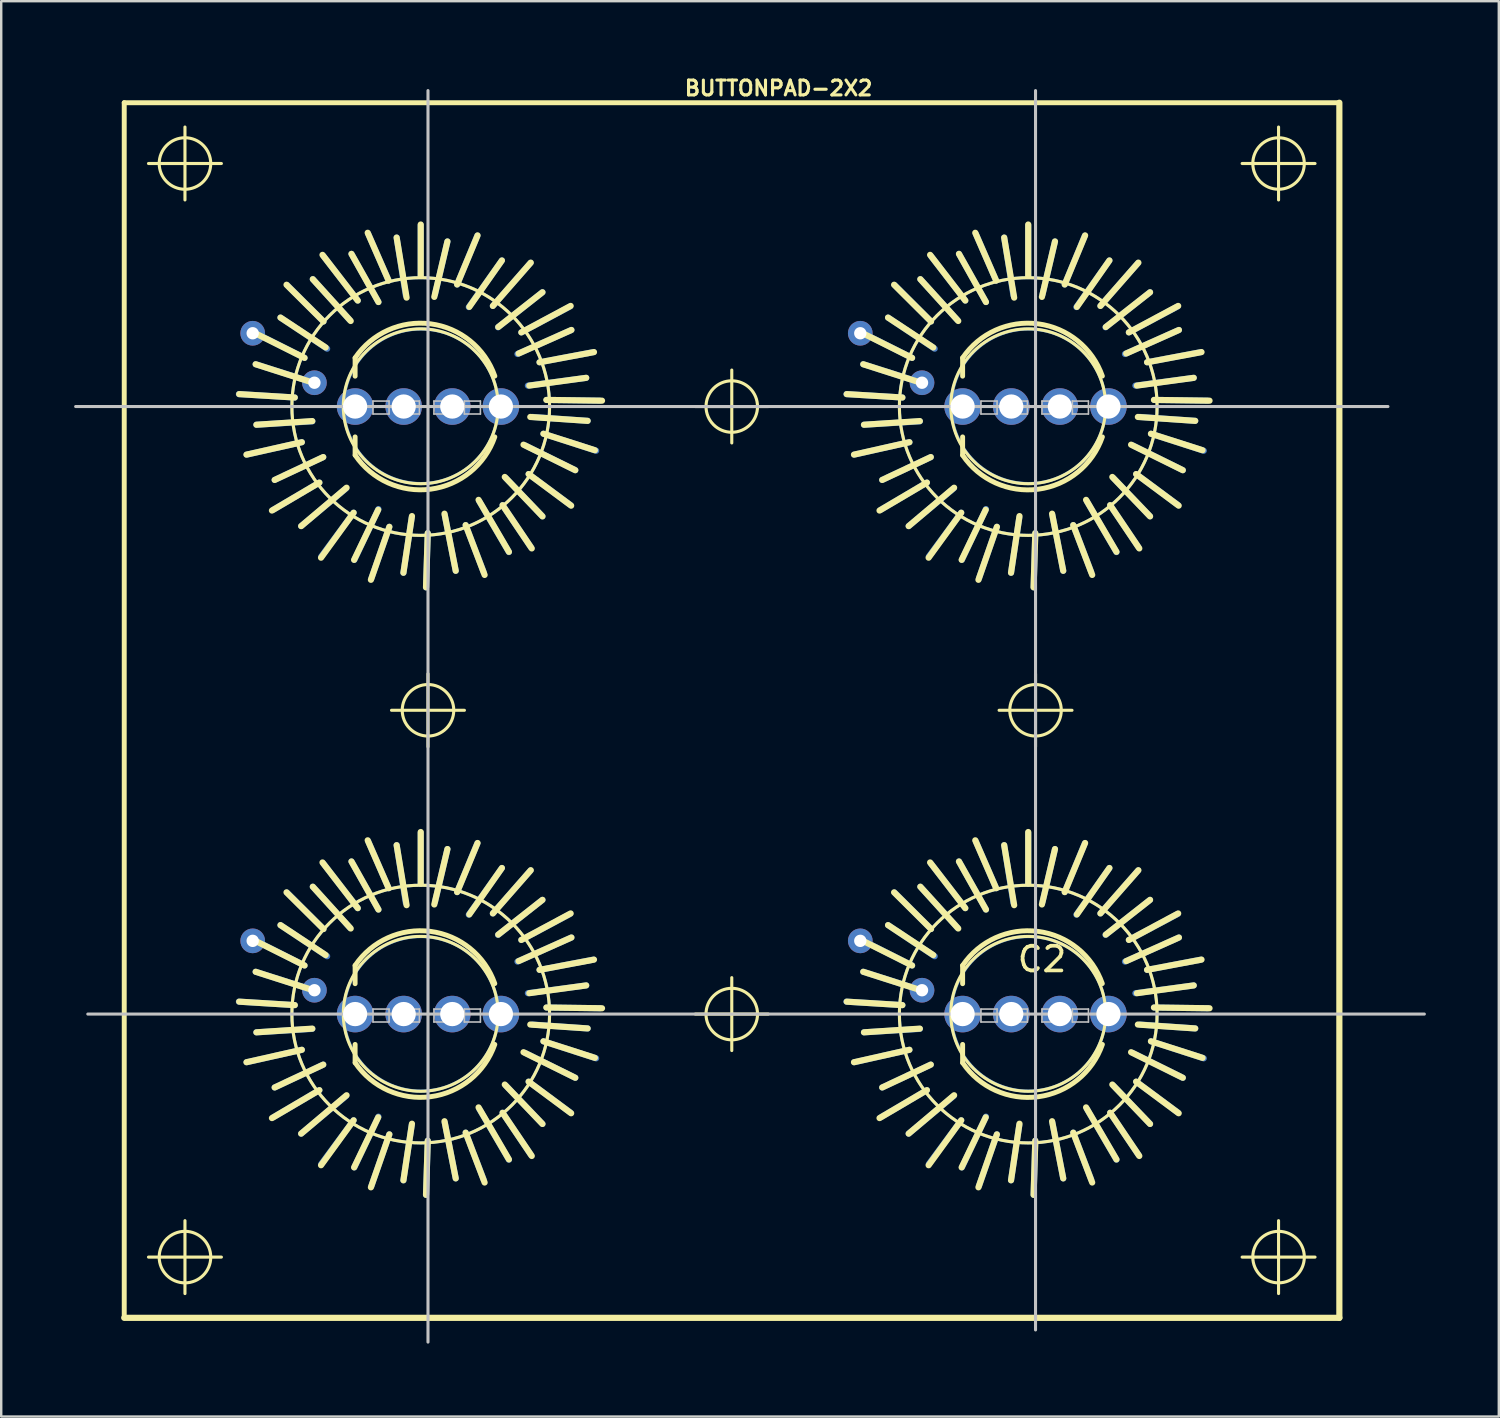
<source format=kicad_pcb>
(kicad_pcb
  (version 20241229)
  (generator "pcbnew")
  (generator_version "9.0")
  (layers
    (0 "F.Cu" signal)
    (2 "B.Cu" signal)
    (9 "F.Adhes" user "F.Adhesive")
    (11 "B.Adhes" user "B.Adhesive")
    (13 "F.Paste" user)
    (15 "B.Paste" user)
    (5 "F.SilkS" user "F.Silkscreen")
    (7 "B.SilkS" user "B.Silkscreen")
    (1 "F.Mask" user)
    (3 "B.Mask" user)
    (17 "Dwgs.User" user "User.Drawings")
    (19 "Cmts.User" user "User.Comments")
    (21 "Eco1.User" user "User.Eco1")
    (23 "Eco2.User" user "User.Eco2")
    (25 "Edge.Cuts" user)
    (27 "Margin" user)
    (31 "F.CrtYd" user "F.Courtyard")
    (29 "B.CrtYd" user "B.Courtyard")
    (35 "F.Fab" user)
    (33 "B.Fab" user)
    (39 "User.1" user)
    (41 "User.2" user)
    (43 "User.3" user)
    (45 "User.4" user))
  (footprint "BUTTONPAD-2X2"
    (layer "F.Cu")
    (at 2.062 51.176)
    (property "Reference" "BUTTONPAD-2X2" (at 26.924 -50.597 0) (layer "F.SilkS") (effects (font (size 0.61 0.61) (thickness 0.127))))
    (attr exclude_from_pos_files exclude_from_bom)
    (fp_line (start 4.719 -38.009) (end 7.018 -37.869) (stroke (width 0.254) (type solid)) (layer "B.Cu"))
    (fp_line (start 4.719 -13.01) (end 7.018 -12.868) (stroke (width 0.254) (type solid)) (layer "B.Cu"))
    (fp_line (start 5.039 -35.519) (end 7.308 -36.03) (stroke (width 0.254) (type solid)) (layer "B.Cu"))
    (fp_line (start 5.039 -10.518) (end 7.308 -11.029) (stroke (width 0.254) (type solid)) (layer "B.Cu"))
    (fp_line (start 5.359 -40.538) (end 7.419 -39.5) (stroke (width 0.254) (type solid)) (layer "B.Cu"))
    (fp_line (start 5.359 -15.54) (end 7.419 -14.498) (stroke (width 0.254) (type solid)) (layer "B.Cu"))
    (fp_line (start 6.129 -33.249) (end 8.029 -34.369) (stroke (width 0.254) (type solid)) (layer "B.Cu"))
    (fp_line (start 6.129 -8.25) (end 8.029 -9.368) (stroke (width 0.254) (type solid)) (layer "B.Cu"))
    (fp_line (start 6.698 -42.499) (end 8.199 -40.998) (stroke (width 0.254) (type solid)) (layer "B.Cu"))
    (fp_line (start 6.698 -17.498) (end 8.199 -15.999) (stroke (width 0.254) (type solid)) (layer "B.Cu"))
    (fp_line (start 7.739 -38.499) (end 5.408 -39.238) (stroke (width 0.254) (type solid)) (layer "B.Cu"))
    (fp_line (start 7.739 -36.888) (end 5.438 -36.749) (stroke (width 0.254) (type solid)) (layer "B.Cu"))
    (fp_line (start 7.739 -13.498) (end 5.408 -14.239) (stroke (width 0.254) (type solid)) (layer "B.Cu"))
    (fp_line (start 7.739 -11.89) (end 5.438 -11.748) (stroke (width 0.254) (type solid)) (layer "B.Cu"))
    (fp_line (start 8.108 -31.328) (end 9.439 -33.129) (stroke (width 0.254) (type solid)) (layer "B.Cu"))
    (fp_line (start 8.108 -6.33) (end 9.439 -8.128) (stroke (width 0.254) (type solid)) (layer "B.Cu"))
    (fp_line (start 8.189 -43.698) (end 9.609 -41.859) (stroke (width 0.254) (type solid)) (layer "B.Cu"))
    (fp_line (start 8.189 -35.418) (end 6.19 -34.478) (stroke (width 0.254) (type solid)) (layer "B.Cu"))
    (fp_line (start 8.189 -18.699) (end 9.609 -16.858) (stroke (width 0.254) (type solid)) (layer "B.Cu"))
    (fp_line (start 8.189 -10.419) (end 6.19 -9.479) (stroke (width 0.254) (type solid)) (layer "B.Cu"))
    (fp_line (start 8.349 -39.878) (end 6.429 -41.158) (stroke (width 0.254) (type solid)) (layer "B.Cu"))
    (fp_line (start 8.349 -14.879) (end 6.429 -16.159) (stroke (width 0.254) (type solid)) (layer "B.Cu"))
    (fp_line (start 9.129 -34.13) (end 7.28 -32.578) (stroke (width 0.254) (type solid)) (layer "B.Cu"))
    (fp_line (start 9.129 -9.129) (end 7.28 -7.579) (stroke (width 0.254) (type solid)) (layer "B.Cu"))
    (fp_line (start 9.289 -41.049) (end 7.76 -42.738) (stroke (width 0.254) (type solid)) (layer "B.Cu"))
    (fp_line (start 9.289 -16.048) (end 7.76 -17.739) (stroke (width 0.254) (type solid)) (layer "B.Cu"))
    (fp_line (start 10.038 -44.607) (end 10.879 -42.68) (stroke (width 0.254) (type solid)) (layer "B.Cu"))
    (fp_line (start 10.038 -19.609) (end 10.879 -17.678) (stroke (width 0.254) (type solid)) (layer "B.Cu"))
    (fp_line (start 10.168 -30.419) (end 10.909 -32.548) (stroke (width 0.254) (type solid)) (layer "B.Cu"))
    (fp_line (start 10.168 -5.418) (end 10.909 -7.549) (stroke (width 0.254) (type solid)) (layer "B.Cu"))
    (fp_line (start 10.46 -41.798) (end 9.35 -43.779) (stroke (width 0.254) (type solid)) (layer "B.Cu"))
    (fp_line (start 10.46 -33.279) (end 9.469 -31.189) (stroke (width 0.254) (type solid)) (layer "B.Cu"))
    (fp_line (start 10.46 -16.8) (end 9.35 -18.778) (stroke (width 0.254) (type solid)) (layer "B.Cu"))
    (fp_line (start 10.46 -8.278) (end 9.469 -6.19) (stroke (width 0.254) (type solid)) (layer "B.Cu"))
    (fp_line (start 11.587 -42.067) (end 11.209 -44.45) (stroke (width 0.254) (type solid)) (layer "B.Cu"))
    (fp_line (start 11.587 -17.069) (end 11.209 -19.449) (stroke (width 0.254) (type solid)) (layer "B.Cu"))
    (fp_line (start 11.829 -32.929) (end 11.488 -30.658) (stroke (width 0.254) (type solid)) (layer "B.Cu"))
    (fp_line (start 11.829 -7.93) (end 11.488 -5.659) (stroke (width 0.254) (type solid)) (layer "B.Cu"))
    (fp_line (start 12.2 -44.958) (end 12.2 -42.868) (stroke (width 0.254) (type solid)) (layer "B.Cu"))
    (fp_line (start 12.2 -19.959) (end 12.2 -17.869) (stroke (width 0.254) (type solid)) (layer "B.Cu"))
    (fp_line (start 12.418 -30.058) (end 12.489 -32.288) (stroke (width 0.254) (type solid)) (layer "B.Cu"))
    (fp_line (start 12.418 -5.06) (end 12.489 -7.29) (stroke (width 0.254) (type solid)) (layer "B.Cu"))
    (fp_line (start 12.789 -42.118) (end 13.299 -44.29) (stroke (width 0.254) (type solid)) (layer "B.Cu"))
    (fp_line (start 12.789 -17.12) (end 13.299 -19.289) (stroke (width 0.254) (type solid)) (layer "B.Cu"))
    (fp_line (start 13.188 -33.038) (end 13.64 -30.739) (stroke (width 0.254) (type solid)) (layer "B.Cu"))
    (fp_line (start 13.188 -8.039) (end 13.64 -5.738) (stroke (width 0.254) (type solid)) (layer "B.Cu"))
    (fp_line (start 14.178 -41.59) (end 15.54 -43.508) (stroke (width 0.254) (type solid)) (layer "B.Cu"))
    (fp_line (start 14.178 -16.589) (end 15.54 -18.509) (stroke (width 0.254) (type solid)) (layer "B.Cu"))
    (fp_line (start 14.529 -44.529) (end 13.698 -42.52) (stroke (width 0.254) (type solid)) (layer "B.Cu"))
    (fp_line (start 14.529 -19.528) (end 13.698 -17.518) (stroke (width 0.254) (type solid)) (layer "B.Cu"))
    (fp_line (start 14.608 -33.599) (end 15.829 -31.509) (stroke (width 0.254) (type solid)) (layer "B.Cu"))
    (fp_line (start 14.608 -8.598) (end 15.829 -6.507) (stroke (width 0.254) (type solid)) (layer "B.Cu"))
    (fp_line (start 14.788 -30.688) (end 14.049 -32.619) (stroke (width 0.254) (type solid)) (layer "B.Cu"))
    (fp_line (start 14.788 -5.69) (end 14.049 -7.62) (stroke (width 0.254) (type solid)) (layer "B.Cu"))
    (fp_line (start 15.38 -40.759) (end 17.209 -42.2) (stroke (width 0.254) (type solid)) (layer "B.Cu"))
    (fp_line (start 15.38 -15.758) (end 17.209 -17.198) (stroke (width 0.254) (type solid)) (layer "B.Cu"))
    (fp_line (start 15.7 -34.559) (end 17.209 -32.979) (stroke (width 0.254) (type solid)) (layer "B.Cu"))
    (fp_line (start 15.7 -9.558) (end 17.209 -7.978) (stroke (width 0.254) (type solid)) (layer "B.Cu"))
    (fp_line (start 16.18 -39.66) (end 18.4 -40.648) (stroke (width 0.254) (type solid)) (layer "B.Cu"))
    (fp_line (start 16.18 -14.658) (end 18.4 -15.649) (stroke (width 0.254) (type solid)) (layer "B.Cu"))
    (fp_line (start 16.5 -35.898) (end 18.56 -34.879) (stroke (width 0.254) (type solid)) (layer "B.Cu"))
    (fp_line (start 16.5 -10.899) (end 18.56 -9.878) (stroke (width 0.254) (type solid)) (layer "B.Cu"))
    (fp_line (start 16.609 -38.359) (end 19.009 -38.679) (stroke (width 0.254) (type solid)) (layer "B.Cu"))
    (fp_line (start 16.609 -13.358) (end 19.009 -13.678) (stroke (width 0.254) (type solid)) (layer "B.Cu"))
    (fp_line (start 16.718 -43.409) (end 15.169 -41.638) (stroke (width 0.254) (type solid)) (layer "B.Cu"))
    (fp_line (start 16.718 -18.41) (end 15.169 -16.64) (stroke (width 0.254) (type solid)) (layer "B.Cu"))
    (fp_line (start 16.739 -31.699) (end 15.568 -33.439) (stroke (width 0.254) (type solid)) (layer "B.Cu"))
    (fp_line (start 16.739 -6.698) (end 15.568 -8.438) (stroke (width 0.254) (type solid)) (layer "B.Cu"))
    (fp_line (start 16.8 -37.069) (end 19.068 -36.909) (stroke (width 0.254) (type solid)) (layer "B.Cu"))
    (fp_line (start 16.8 -12.068) (end 19.068 -11.908) (stroke (width 0.254) (type solid)) (layer "B.Cu"))
    (fp_line (start 18.349 -41.618) (end 16.34 -40.549) (stroke (width 0.254) (type solid)) (layer "B.Cu"))
    (fp_line (start 18.349 -16.619) (end 16.34 -15.55) (stroke (width 0.254) (type solid)) (layer "B.Cu"))
    (fp_line (start 18.369 -33.439) (end 16.64 -34.719) (stroke (width 0.254) (type solid)) (layer "B.Cu"))
    (fp_line (start 18.369 -8.438) (end 16.64 -9.718) (stroke (width 0.254) (type solid)) (layer "B.Cu"))
    (fp_line (start 19.309 -39.738) (end 17.089 -39.319) (stroke (width 0.254) (type solid)) (layer "B.Cu"))
    (fp_line (start 19.309 -14.74) (end 17.089 -14.318) (stroke (width 0.254) (type solid)) (layer "B.Cu"))
    (fp_line (start 19.418 -35.679) (end 17.249 -36.378) (stroke (width 0.254) (type solid)) (layer "B.Cu"))
    (fp_line (start 19.418 -10.678) (end 17.249 -11.379) (stroke (width 0.254) (type solid)) (layer "B.Cu"))
    (fp_line (start 19.578 -37.739) (end 17.379 -37.77) (stroke (width 0.254) (type solid)) (layer "B.Cu"))
    (fp_line (start 19.578 -12.738) (end 17.379 -12.769) (stroke (width 0.254) (type solid)) (layer "B.Cu"))
    (fp_line (start 29.718 -38.009) (end 32.019 -37.869) (stroke (width 0.254) (type solid)) (layer "B.Cu"))
    (fp_line (start 29.718 -13.01) (end 32.019 -12.868) (stroke (width 0.254) (type solid)) (layer "B.Cu"))
    (fp_line (start 30.038 -35.519) (end 32.309 -36.03) (stroke (width 0.254) (type solid)) (layer "B.Cu"))
    (fp_line (start 30.038 -10.518) (end 32.309 -11.029) (stroke (width 0.254) (type solid)) (layer "B.Cu"))
    (fp_line (start 30.358 -40.538) (end 32.418 -39.5) (stroke (width 0.254) (type solid)) (layer "B.Cu"))
    (fp_line (start 30.358 -15.54) (end 32.418 -14.498) (stroke (width 0.254) (type solid)) (layer "B.Cu"))
    (fp_line (start 31.128 -33.249) (end 33.028 -34.369) (stroke (width 0.254) (type solid)) (layer "B.Cu"))
    (fp_line (start 31.128 -8.25) (end 33.028 -9.368) (stroke (width 0.254) (type solid)) (layer "B.Cu"))
    (fp_line (start 31.699 -42.499) (end 33.198 -40.998) (stroke (width 0.254) (type solid)) (layer "B.Cu"))
    (fp_line (start 31.699 -17.498) (end 33.198 -15.999) (stroke (width 0.254) (type solid)) (layer "B.Cu"))
    (fp_line (start 32.738 -38.499) (end 30.409 -39.238) (stroke (width 0.254) (type solid)) (layer "B.Cu"))
    (fp_line (start 32.738 -36.888) (end 30.439 -36.749) (stroke (width 0.254) (type solid)) (layer "B.Cu"))
    (fp_line (start 32.738 -13.498) (end 30.409 -14.239) (stroke (width 0.254) (type solid)) (layer "B.Cu"))
    (fp_line (start 32.738 -11.89) (end 30.439 -11.748) (stroke (width 0.254) (type solid)) (layer "B.Cu"))
    (fp_line (start 33.109 -31.328) (end 34.44 -33.129) (stroke (width 0.254) (type solid)) (layer "B.Cu"))
    (fp_line (start 33.109 -6.33) (end 34.44 -8.128) (stroke (width 0.254) (type solid)) (layer "B.Cu"))
    (fp_line (start 33.188 -43.698) (end 34.608 -41.859) (stroke (width 0.254) (type solid)) (layer "B.Cu"))
    (fp_line (start 33.188 -35.418) (end 31.189 -34.478) (stroke (width 0.254) (type solid)) (layer "B.Cu"))
    (fp_line (start 33.188 -18.699) (end 34.608 -16.858) (stroke (width 0.254) (type solid)) (layer "B.Cu"))
    (fp_line (start 33.188 -10.419) (end 31.189 -9.479) (stroke (width 0.254) (type solid)) (layer "B.Cu"))
    (fp_line (start 33.348 -39.878) (end 31.43 -41.158) (stroke (width 0.254) (type solid)) (layer "B.Cu"))
    (fp_line (start 33.348 -14.879) (end 31.43 -16.159) (stroke (width 0.254) (type solid)) (layer "B.Cu"))
    (fp_line (start 34.13 -34.13) (end 32.278 -32.578) (stroke (width 0.254) (type solid)) (layer "B.Cu"))
    (fp_line (start 34.13 -9.129) (end 32.278 -7.579) (stroke (width 0.254) (type solid)) (layer "B.Cu"))
    (fp_line (start 34.29 -41.049) (end 32.758 -42.738) (stroke (width 0.254) (type solid)) (layer "B.Cu"))
    (fp_line (start 34.29 -16.048) (end 32.758 -17.739) (stroke (width 0.254) (type solid)) (layer "B.Cu"))
    (fp_line (start 35.039 -44.607) (end 35.877 -42.68) (stroke (width 0.254) (type solid)) (layer "B.Cu"))
    (fp_line (start 35.039 -19.609) (end 35.877 -17.678) (stroke (width 0.254) (type solid)) (layer "B.Cu"))
    (fp_line (start 35.169 -30.419) (end 35.908 -32.548) (stroke (width 0.254) (type solid)) (layer "B.Cu"))
    (fp_line (start 35.169 -5.418) (end 35.908 -7.549) (stroke (width 0.254) (type solid)) (layer "B.Cu"))
    (fp_line (start 35.458 -41.798) (end 34.348 -43.779) (stroke (width 0.254) (type solid)) (layer "B.Cu"))
    (fp_line (start 35.458 -33.279) (end 34.468 -31.189) (stroke (width 0.254) (type solid)) (layer "B.Cu"))
    (fp_line (start 35.458 -16.8) (end 34.348 -18.778) (stroke (width 0.254) (type solid)) (layer "B.Cu"))
    (fp_line (start 35.458 -8.278) (end 34.468 -6.19) (stroke (width 0.254) (type solid)) (layer "B.Cu"))
    (fp_line (start 36.589 -42.067) (end 36.208 -44.45) (stroke (width 0.254) (type solid)) (layer "B.Cu"))
    (fp_line (start 36.589 -17.069) (end 36.208 -19.449) (stroke (width 0.254) (type solid)) (layer "B.Cu"))
    (fp_line (start 36.83 -32.929) (end 36.49 -30.658) (stroke (width 0.254) (type solid)) (layer "B.Cu"))
    (fp_line (start 36.83 -7.93) (end 36.49 -5.659) (stroke (width 0.254) (type solid)) (layer "B.Cu"))
    (fp_line (start 37.198 -44.958) (end 37.198 -42.868) (stroke (width 0.254) (type solid)) (layer "B.Cu"))
    (fp_line (start 37.198 -19.959) (end 37.198 -17.869) (stroke (width 0.254) (type solid)) (layer "B.Cu"))
    (fp_line (start 37.419 -30.058) (end 37.488 -32.288) (stroke (width 0.254) (type solid)) (layer "B.Cu"))
    (fp_line (start 37.419 -5.06) (end 37.488 -7.29) (stroke (width 0.254) (type solid)) (layer "B.Cu"))
    (fp_line (start 37.788 -42.118) (end 38.298 -44.29) (stroke (width 0.254) (type solid)) (layer "B.Cu"))
    (fp_line (start 37.788 -17.12) (end 38.298 -19.289) (stroke (width 0.254) (type solid)) (layer "B.Cu"))
    (fp_line (start 38.189 -33.038) (end 38.638 -30.739) (stroke (width 0.254) (type solid)) (layer "B.Cu"))
    (fp_line (start 38.189 -8.039) (end 38.638 -5.738) (stroke (width 0.254) (type solid)) (layer "B.Cu"))
    (fp_line (start 39.179 -41.59) (end 40.538 -43.508) (stroke (width 0.254) (type solid)) (layer "B.Cu"))
    (fp_line (start 39.179 -16.589) (end 40.538 -18.509) (stroke (width 0.254) (type solid)) (layer "B.Cu"))
    (fp_line (start 39.527 -44.529) (end 38.699 -42.52) (stroke (width 0.254) (type solid)) (layer "B.Cu"))
    (fp_line (start 39.527 -19.528) (end 38.699 -17.518) (stroke (width 0.254) (type solid)) (layer "B.Cu"))
    (fp_line (start 39.609 -33.599) (end 40.828 -31.509) (stroke (width 0.254) (type solid)) (layer "B.Cu"))
    (fp_line (start 39.609 -8.598) (end 40.828 -6.507) (stroke (width 0.254) (type solid)) (layer "B.Cu"))
    (fp_line (start 39.789 -30.688) (end 39.05 -32.619) (stroke (width 0.254) (type solid)) (layer "B.Cu"))
    (fp_line (start 39.789 -5.69) (end 39.05 -7.62) (stroke (width 0.254) (type solid)) (layer "B.Cu"))
    (fp_line (start 40.378 -40.759) (end 42.21 -42.2) (stroke (width 0.254) (type solid)) (layer "B.Cu"))
    (fp_line (start 40.378 -15.758) (end 42.21 -17.198) (stroke (width 0.254) (type solid)) (layer "B.Cu"))
    (fp_line (start 40.698 -34.559) (end 42.21 -32.979) (stroke (width 0.254) (type solid)) (layer "B.Cu"))
    (fp_line (start 40.698 -9.558) (end 42.21 -7.978) (stroke (width 0.254) (type solid)) (layer "B.Cu"))
    (fp_line (start 41.178 -39.66) (end 43.398 -40.648) (stroke (width 0.254) (type solid)) (layer "B.Cu"))
    (fp_line (start 41.178 -14.658) (end 43.398 -15.649) (stroke (width 0.254) (type solid)) (layer "B.Cu"))
    (fp_line (start 41.499 -35.898) (end 43.558 -34.879) (stroke (width 0.254) (type solid)) (layer "B.Cu"))
    (fp_line (start 41.499 -10.899) (end 43.558 -9.878) (stroke (width 0.254) (type solid)) (layer "B.Cu"))
    (fp_line (start 41.608 -38.359) (end 44.008 -38.679) (stroke (width 0.254) (type solid)) (layer "B.Cu"))
    (fp_line (start 41.608 -13.358) (end 44.008 -13.678) (stroke (width 0.254) (type solid)) (layer "B.Cu"))
    (fp_line (start 41.719 -43.409) (end 40.168 -41.638) (stroke (width 0.254) (type solid)) (layer "B.Cu"))
    (fp_line (start 41.719 -18.41) (end 40.168 -16.64) (stroke (width 0.254) (type solid)) (layer "B.Cu"))
    (fp_line (start 41.74 -31.699) (end 40.569 -33.439) (stroke (width 0.254) (type solid)) (layer "B.Cu"))
    (fp_line (start 41.74 -6.698) (end 40.569 -8.438) (stroke (width 0.254) (type solid)) (layer "B.Cu"))
    (fp_line (start 41.798 -37.069) (end 44.069 -36.909) (stroke (width 0.254) (type solid)) (layer "B.Cu"))
    (fp_line (start 41.798 -12.068) (end 44.069 -11.908) (stroke (width 0.254) (type solid)) (layer "B.Cu"))
    (fp_line (start 43.348 -41.618) (end 41.339 -40.549) (stroke (width 0.254) (type solid)) (layer "B.Cu"))
    (fp_line (start 43.348 -16.619) (end 41.339 -15.55) (stroke (width 0.254) (type solid)) (layer "B.Cu"))
    (fp_line (start 43.368 -33.439) (end 41.638 -34.719) (stroke (width 0.254) (type solid)) (layer "B.Cu"))
    (fp_line (start 43.368 -8.438) (end 41.638 -9.718) (stroke (width 0.254) (type solid)) (layer "B.Cu"))
    (fp_line (start 44.308 -39.738) (end 42.088 -39.319) (stroke (width 0.254) (type solid)) (layer "B.Cu"))
    (fp_line (start 44.308 -14.74) (end 42.088 -14.318) (stroke (width 0.254) (type solid)) (layer "B.Cu"))
    (fp_line (start 44.42 -35.679) (end 42.248 -36.378) (stroke (width 0.254) (type solid)) (layer "B.Cu"))
    (fp_line (start 44.42 -10.678) (end 42.248 -11.379) (stroke (width 0.254) (type solid)) (layer "B.Cu"))
    (fp_line (start 44.58 -37.739) (end 42.38 -37.77) (stroke (width 0.254) (type solid)) (layer "B.Cu"))
    (fp_line (start 44.58 -12.738) (end 42.38 -12.769) (stroke (width 0.254) (type solid)) (layer "B.Cu"))
    (fp_circle (center 12.2 -37.498) (end 15.949 -41.247) (stroke (width 0.127) (type solid)) (fill no) (layer "B.Cu"))
    (fp_circle (center 12.2 -12.499) (end 15.949 -16.248) (stroke (width 0.127) (type solid)) (fill no) (layer "B.Cu"))
    (fp_circle (center 12.21 -37.508) (end 14.458 -39.756) (stroke (width 0.127) (type solid)) (fill no) (layer "B.Cu"))
    (fp_circle (center 12.21 -12.509) (end 14.458 -14.757) (stroke (width 0.127) (type solid)) (fill no) (layer "B.Cu"))
    (fp_circle (center 37.198 -37.498) (end 40.947 -41.247) (stroke (width 0.127) (type solid)) (fill no) (layer "B.Cu"))
    (fp_circle (center 37.198 -12.499) (end 40.947 -16.248) (stroke (width 0.127) (type solid)) (fill no) (layer "B.Cu"))
    (fp_circle (center 37.208 -37.508) (end 39.456 -39.756) (stroke (width 0.127) (type solid)) (fill no) (layer "B.Cu"))
    (fp_circle (center 37.208 -12.509) (end 39.456 -14.757) (stroke (width 0.127) (type solid)) (fill no) (layer "B.Cu"))
    (fp_line (start 0 -50) (end 50 -50) (stroke (width 0.203) (type solid)) (layer "F.SilkS"))
    (fp_line (start 0 0) (end 0 -50) (stroke (width 0.203) (type solid)) (layer "F.SilkS"))
    (fp_line (start 0.998 -47.498) (end 3.998 -47.498) (stroke (width 0.127) (type solid)) (layer "F.SilkS"))
    (fp_line (start 0.998 -2.499) (end 3.998 -2.499) (stroke (width 0.127) (type solid)) (layer "F.SilkS"))
    (fp_line (start 2.499 -45.999) (end 2.499 -48.999) (stroke (width 0.127) (type solid)) (layer "F.SilkS"))
    (fp_line (start 2.499 -0.998) (end 2.499 -3.998) (stroke (width 0.127) (type solid)) (layer "F.SilkS"))
    (fp_line (start 4.729 -38.009) (end 7.018 -37.869) (stroke (width 0.254) (type solid)) (layer "F.SilkS"))
    (fp_line (start 4.729 -13.01) (end 7.018 -12.868) (stroke (width 0.254) (type solid)) (layer "F.SilkS"))
    (fp_line (start 5.359 -40.528) (end 7.419 -39.5) (stroke (width 0.254) (type solid)) (layer "F.SilkS"))
    (fp_line (start 5.359 -15.53) (end 7.419 -14.498) (stroke (width 0.254) (type solid)) (layer "F.SilkS"))
    (fp_line (start 5.408 -39.238) (end 7.777 -38.478) (stroke (width 0.254) (type solid)) (layer "F.SilkS"))
    (fp_line (start 5.408 -14.239) (end 7.777 -13.48) (stroke (width 0.254) (type solid)) (layer "F.SilkS"))
    (fp_line (start 5.438 -36.749) (end 7.739 -36.899) (stroke (width 0.254) (type solid)) (layer "F.SilkS"))
    (fp_line (start 5.438 -11.748) (end 7.739 -11.9) (stroke (width 0.254) (type solid)) (layer "F.SilkS"))
    (fp_line (start 6.078 -33.218) (end 8.029 -34.369) (stroke (width 0.254) (type solid)) (layer "F.SilkS"))
    (fp_line (start 6.078 -8.219) (end 8.029 -9.368) (stroke (width 0.254) (type solid)) (layer "F.SilkS"))
    (fp_line (start 6.19 -34.478) (end 8.189 -35.418) (stroke (width 0.254) (type solid)) (layer "F.SilkS"))
    (fp_line (start 6.19 -9.479) (end 8.189 -10.419) (stroke (width 0.254) (type solid)) (layer "F.SilkS"))
    (fp_line (start 6.429 -41.158) (end 8.288 -39.929) (stroke (width 0.254) (type solid)) (layer "F.SilkS"))
    (fp_line (start 6.429 -16.159) (end 8.288 -14.928) (stroke (width 0.254) (type solid)) (layer "F.SilkS"))
    (fp_line (start 6.678 -42.509) (end 8.199 -40.998) (stroke (width 0.254) (type solid)) (layer "F.SilkS"))
    (fp_line (start 6.678 -17.508) (end 8.199 -15.999) (stroke (width 0.254) (type solid)) (layer "F.SilkS"))
    (fp_line (start 7.308 -36.03) (end 5.029 -35.519) (stroke (width 0.254) (type solid)) (layer "F.SilkS"))
    (fp_line (start 7.308 -11.029) (end 5.029 -10.518) (stroke (width 0.254) (type solid)) (layer "F.SilkS"))
    (fp_line (start 7.76 -42.738) (end 9.319 -41.018) (stroke (width 0.254) (type solid)) (layer "F.SilkS"))
    (fp_line (start 7.76 -17.739) (end 9.319 -16.02) (stroke (width 0.254) (type solid)) (layer "F.SilkS"))
    (fp_line (start 8.158 -43.739) (end 9.609 -41.859) (stroke (width 0.254) (type solid)) (layer "F.SilkS"))
    (fp_line (start 8.158 -18.738) (end 9.609 -16.858) (stroke (width 0.254) (type solid)) (layer "F.SilkS"))
    (fp_line (start 9.149 -34.158) (end 7.28 -32.578) (stroke (width 0.254) (type solid)) (layer "F.SilkS"))
    (fp_line (start 9.149 -9.159) (end 7.28 -7.579) (stroke (width 0.254) (type solid)) (layer "F.SilkS"))
    (fp_line (start 9.35 -43.779) (end 10.46 -41.798) (stroke (width 0.254) (type solid)) (layer "F.SilkS"))
    (fp_line (start 9.35 -18.778) (end 10.46 -16.8) (stroke (width 0.254) (type solid)) (layer "F.SilkS"))
    (fp_line (start 9.439 -33.129) (end 8.098 -31.278) (stroke (width 0.254) (type solid)) (layer "F.SilkS"))
    (fp_line (start 9.439 -8.128) (end 8.098 -6.279) (stroke (width 0.254) (type solid)) (layer "F.SilkS"))
    (fp_line (start 9.459 -31.189) (end 10.45 -33.249) (stroke (width 0.254) (type solid)) (layer "F.SilkS"))
    (fp_line (start 9.459 -6.19) (end 10.45 -8.25) (stroke (width 0.254) (type solid)) (layer "F.SilkS"))
    (fp_line (start 9.5 -39.5) (end 9.5 -38.748) (stroke (width 0.203) (type solid)) (layer "F.SilkS"))
    (fp_line (start 9.5 -35.499) (end 9.5 -36.248) (stroke (width 0.203) (type solid)) (layer "F.SilkS"))
    (fp_line (start 9.5 -14.498) (end 9.5 -13.749) (stroke (width 0.203) (type solid)) (layer "F.SilkS"))
    (fp_line (start 9.5 -10.498) (end 9.5 -11.25) (stroke (width 0.203) (type solid)) (layer "F.SilkS"))
    (fp_line (start 10.879 -42.68) (end 10.018 -44.648) (stroke (width 0.254) (type solid)) (layer "F.SilkS"))
    (fp_line (start 10.879 -17.678) (end 10.018 -19.649) (stroke (width 0.254) (type solid)) (layer "F.SilkS"))
    (fp_line (start 10.909 -32.548) (end 10.15 -30.368) (stroke (width 0.254) (type solid)) (layer "F.SilkS"))
    (fp_line (start 10.909 -7.549) (end 10.15 -5.37) (stroke (width 0.254) (type solid)) (layer "F.SilkS"))
    (fp_line (start 10.998 -24.999) (end 13.998 -24.999) (stroke (width 0.127) (type solid)) (layer "F.SilkS"))
    (fp_line (start 11.488 -30.658) (end 11.839 -32.99) (stroke (width 0.254) (type solid)) (layer "F.SilkS"))
    (fp_line (start 11.488 -5.659) (end 11.839 -7.988) (stroke (width 0.254) (type solid)) (layer "F.SilkS"))
    (fp_line (start 11.618 -41.979) (end 11.209 -44.45) (stroke (width 0.254) (type solid)) (layer "F.SilkS"))
    (fp_line (start 11.618 -16.98) (end 11.209 -19.449) (stroke (width 0.254) (type solid)) (layer "F.SilkS"))
    (fp_line (start 12.2 -42.868) (end 12.2 -44.988) (stroke (width 0.254) (type solid)) (layer "F.SilkS"))
    (fp_line (start 12.2 -17.869) (end 12.2 -19.99) (stroke (width 0.254) (type solid)) (layer "F.SilkS"))
    (fp_line (start 12.489 -32.288) (end 12.418 -30.058) (stroke (width 0.254) (type solid)) (layer "F.SilkS"))
    (fp_line (start 12.489 -7.29) (end 12.418 -5.06) (stroke (width 0.254) (type solid)) (layer "F.SilkS"))
    (fp_line (start 12.499 -23.498) (end 12.499 -26.5) (stroke (width 0.127) (type solid)) (layer "F.SilkS"))
    (fp_line (start 12.758 -42.009) (end 13.299 -44.29) (stroke (width 0.254) (type solid)) (layer "F.SilkS"))
    (fp_line (start 12.758 -17.008) (end 13.299 -19.289) (stroke (width 0.254) (type solid)) (layer "F.SilkS"))
    (fp_line (start 13.64 -30.739) (end 13.178 -33.089) (stroke (width 0.254) (type solid)) (layer "F.SilkS"))
    (fp_line (start 13.64 -5.738) (end 13.178 -8.09) (stroke (width 0.254) (type solid)) (layer "F.SilkS"))
    (fp_line (start 13.698 -42.52) (end 14.539 -44.539) (stroke (width 0.254) (type solid)) (layer "F.SilkS"))
    (fp_line (start 13.698 -17.518) (end 14.539 -19.538) (stroke (width 0.254) (type solid)) (layer "F.SilkS"))
    (fp_line (start 14.049 -32.619) (end 14.829 -30.569) (stroke (width 0.254) (type solid)) (layer "F.SilkS"))
    (fp_line (start 14.049 -7.62) (end 14.829 -5.568) (stroke (width 0.254) (type solid)) (layer "F.SilkS"))
    (fp_line (start 14.199 -41.598) (end 15.54 -43.508) (stroke (width 0.254) (type solid)) (layer "F.SilkS"))
    (fp_line (start 14.199 -16.599) (end 15.54 -18.509) (stroke (width 0.254) (type solid)) (layer "F.SilkS"))
    (fp_line (start 15.39 -40.77) (end 17.209 -42.2) (stroke (width 0.254) (type solid)) (layer "F.SilkS"))
    (fp_line (start 15.39 -15.768) (end 17.209 -17.198) (stroke (width 0.254) (type solid)) (layer "F.SilkS"))
    (fp_line (start 15.568 -33.439) (end 16.769 -31.659) (stroke (width 0.254) (type solid)) (layer "F.SilkS"))
    (fp_line (start 15.568 -8.438) (end 16.769 -6.66) (stroke (width 0.254) (type solid)) (layer "F.SilkS"))
    (fp_line (start 15.659 -34.6) (end 17.209 -32.979) (stroke (width 0.254) (type solid)) (layer "F.SilkS"))
    (fp_line (start 15.659 -9.599) (end 17.209 -7.978) (stroke (width 0.254) (type solid)) (layer "F.SilkS"))
    (fp_line (start 15.829 -31.519) (end 14.58 -33.658) (stroke (width 0.254) (type solid)) (layer "F.SilkS"))
    (fp_line (start 15.829 -6.518) (end 14.58 -8.659) (stroke (width 0.254) (type solid)) (layer "F.SilkS"))
    (fp_line (start 16.228 -39.68) (end 18.4 -40.648) (stroke (width 0.254) (type solid)) (layer "F.SilkS"))
    (fp_line (start 16.228 -14.679) (end 18.4 -15.649) (stroke (width 0.254) (type solid)) (layer "F.SilkS"))
    (fp_line (start 16.34 -40.549) (end 18.369 -41.638) (stroke (width 0.254) (type solid)) (layer "F.SilkS"))
    (fp_line (start 16.34 -15.55) (end 18.369 -16.64) (stroke (width 0.254) (type solid)) (layer "F.SilkS"))
    (fp_line (start 16.429 -35.928) (end 18.56 -34.879) (stroke (width 0.254) (type solid)) (layer "F.SilkS"))
    (fp_line (start 16.429 -10.93) (end 18.56 -9.878) (stroke (width 0.254) (type solid)) (layer "F.SilkS"))
    (fp_line (start 16.64 -34.719) (end 18.39 -33.419) (stroke (width 0.254) (type solid)) (layer "F.SilkS"))
    (fp_line (start 16.64 -9.718) (end 18.39 -8.418) (stroke (width 0.254) (type solid)) (layer "F.SilkS"))
    (fp_line (start 16.667 -38.359) (end 19.009 -38.679) (stroke (width 0.254) (type solid)) (layer "F.SilkS"))
    (fp_line (start 16.667 -13.358) (end 19.009 -13.678) (stroke (width 0.254) (type solid)) (layer "F.SilkS"))
    (fp_line (start 16.708 -37.069) (end 19.068 -36.909) (stroke (width 0.254) (type solid)) (layer "F.SilkS"))
    (fp_line (start 16.708 -12.068) (end 19.068 -11.908) (stroke (width 0.254) (type solid)) (layer "F.SilkS"))
    (fp_line (start 16.728 -43.419) (end 15.169 -41.638) (stroke (width 0.254) (type solid)) (layer "F.SilkS"))
    (fp_line (start 16.728 -18.418) (end 15.169 -16.64) (stroke (width 0.254) (type solid)) (layer "F.SilkS"))
    (fp_line (start 17.089 -39.319) (end 19.329 -39.738) (stroke (width 0.254) (type solid)) (layer "F.SilkS"))
    (fp_line (start 17.089 -14.318) (end 19.329 -14.74) (stroke (width 0.254) (type solid)) (layer "F.SilkS"))
    (fp_line (start 17.249 -36.378) (end 19.367 -35.7) (stroke (width 0.254) (type solid)) (layer "F.SilkS"))
    (fp_line (start 17.249 -11.379) (end 19.367 -10.698) (stroke (width 0.254) (type solid)) (layer "F.SilkS"))
    (fp_line (start 17.369 -37.77) (end 19.66 -37.739) (stroke (width 0.254) (type solid)) (layer "F.SilkS"))
    (fp_line (start 17.369 -12.769) (end 19.66 -12.738) (stroke (width 0.254) (type solid)) (layer "F.SilkS"))
    (fp_line (start 23.498 -37.498) (end 26.5 -37.498) (stroke (width 0.127) (type solid)) (layer "F.SilkS"))
    (fp_line (start 23.498 -12.499) (end 26.5 -12.499) (stroke (width 0.127) (type solid)) (layer "F.SilkS"))
    (fp_line (start 24.999 -35.999) (end 24.999 -38.999) (stroke (width 0.127) (type solid)) (layer "F.SilkS"))
    (fp_line (start 24.999 -10.998) (end 24.999 -13.998) (stroke (width 0.127) (type solid)) (layer "F.SilkS"))
    (fp_line (start 29.728 -38.009) (end 32.019 -37.869) (stroke (width 0.254) (type solid)) (layer "F.SilkS"))
    (fp_line (start 29.728 -13.01) (end 32.019 -12.868) (stroke (width 0.254) (type solid)) (layer "F.SilkS"))
    (fp_line (start 30.358 -40.528) (end 32.418 -39.5) (stroke (width 0.254) (type solid)) (layer "F.SilkS"))
    (fp_line (start 30.358 -15.53) (end 32.418 -14.498) (stroke (width 0.254) (type solid)) (layer "F.SilkS"))
    (fp_line (start 30.409 -39.238) (end 32.779 -38.478) (stroke (width 0.254) (type solid)) (layer "F.SilkS"))
    (fp_line (start 30.409 -14.239) (end 32.779 -13.48) (stroke (width 0.254) (type solid)) (layer "F.SilkS"))
    (fp_line (start 30.439 -36.749) (end 32.738 -36.899) (stroke (width 0.254) (type solid)) (layer "F.SilkS"))
    (fp_line (start 30.439 -11.748) (end 32.738 -11.9) (stroke (width 0.254) (type solid)) (layer "F.SilkS"))
    (fp_line (start 31.079 -33.218) (end 33.028 -34.369) (stroke (width 0.254) (type solid)) (layer "F.SilkS"))
    (fp_line (start 31.079 -8.219) (end 33.028 -9.368) (stroke (width 0.254) (type solid)) (layer "F.SilkS"))
    (fp_line (start 31.189 -34.478) (end 33.188 -35.418) (stroke (width 0.254) (type solid)) (layer "F.SilkS"))
    (fp_line (start 31.189 -9.479) (end 33.188 -10.419) (stroke (width 0.254) (type solid)) (layer "F.SilkS"))
    (fp_line (start 31.43 -41.158) (end 33.289 -39.929) (stroke (width 0.254) (type solid)) (layer "F.SilkS"))
    (fp_line (start 31.43 -16.159) (end 33.289 -14.928) (stroke (width 0.254) (type solid)) (layer "F.SilkS"))
    (fp_line (start 31.679 -42.509) (end 33.198 -40.998) (stroke (width 0.254) (type solid)) (layer "F.SilkS"))
    (fp_line (start 31.679 -17.508) (end 33.198 -15.999) (stroke (width 0.254) (type solid)) (layer "F.SilkS"))
    (fp_line (start 32.309 -36.03) (end 30.028 -35.519) (stroke (width 0.254) (type solid)) (layer "F.SilkS"))
    (fp_line (start 32.309 -11.029) (end 30.028 -10.518) (stroke (width 0.254) (type solid)) (layer "F.SilkS"))
    (fp_line (start 32.758 -42.738) (end 34.318 -41.018) (stroke (width 0.254) (type solid)) (layer "F.SilkS"))
    (fp_line (start 32.758 -17.739) (end 34.318 -16.02) (stroke (width 0.254) (type solid)) (layer "F.SilkS"))
    (fp_line (start 33.16 -43.739) (end 34.608 -41.859) (stroke (width 0.254) (type solid)) (layer "F.SilkS"))
    (fp_line (start 33.16 -18.738) (end 34.608 -16.858) (stroke (width 0.254) (type solid)) (layer "F.SilkS"))
    (fp_line (start 34.148 -34.158) (end 32.278 -32.578) (stroke (width 0.254) (type solid)) (layer "F.SilkS"))
    (fp_line (start 34.148 -9.159) (end 32.278 -7.579) (stroke (width 0.254) (type solid)) (layer "F.SilkS"))
    (fp_line (start 34.348 -43.779) (end 35.458 -41.798) (stroke (width 0.254) (type solid)) (layer "F.SilkS"))
    (fp_line (start 34.348 -18.778) (end 35.458 -16.8) (stroke (width 0.254) (type solid)) (layer "F.SilkS"))
    (fp_line (start 34.44 -33.129) (end 33.099 -31.278) (stroke (width 0.254) (type solid)) (layer "F.SilkS"))
    (fp_line (start 34.44 -8.128) (end 33.099 -6.279) (stroke (width 0.254) (type solid)) (layer "F.SilkS"))
    (fp_line (start 34.458 -31.189) (end 35.448 -33.249) (stroke (width 0.254) (type solid)) (layer "F.SilkS"))
    (fp_line (start 34.458 -6.19) (end 35.448 -8.25) (stroke (width 0.254) (type solid)) (layer "F.SilkS"))
    (fp_line (start 34.498 -39.5) (end 34.498 -38.748) (stroke (width 0.203) (type solid)) (layer "F.SilkS"))
    (fp_line (start 34.498 -35.499) (end 34.498 -36.248) (stroke (width 0.203) (type solid)) (layer "F.SilkS"))
    (fp_line (start 34.498 -14.498) (end 34.498 -13.749) (stroke (width 0.203) (type solid)) (layer "F.SilkS"))
    (fp_line (start 34.498 -10.498) (end 34.498 -11.25) (stroke (width 0.203) (type solid)) (layer "F.SilkS"))
    (fp_line (start 35.877 -42.68) (end 35.019 -44.648) (stroke (width 0.254) (type solid)) (layer "F.SilkS"))
    (fp_line (start 35.877 -17.678) (end 35.019 -19.649) (stroke (width 0.254) (type solid)) (layer "F.SilkS"))
    (fp_line (start 35.908 -32.548) (end 35.149 -30.368) (stroke (width 0.254) (type solid)) (layer "F.SilkS"))
    (fp_line (start 35.908 -7.549) (end 35.149 -5.37) (stroke (width 0.254) (type solid)) (layer "F.SilkS"))
    (fp_line (start 35.999 -24.999) (end 38.999 -24.999) (stroke (width 0.127) (type solid)) (layer "F.SilkS"))
    (fp_line (start 36.49 -30.658) (end 36.838 -32.99) (stroke (width 0.254) (type solid)) (layer "F.SilkS"))
    (fp_line (start 36.49 -5.659) (end 36.838 -7.988) (stroke (width 0.254) (type solid)) (layer "F.SilkS"))
    (fp_line (start 36.619 -41.979) (end 36.208 -44.45) (stroke (width 0.254) (type solid)) (layer "F.SilkS"))
    (fp_line (start 36.619 -16.98) (end 36.208 -19.449) (stroke (width 0.254) (type solid)) (layer "F.SilkS"))
    (fp_line (start 37.198 -42.868) (end 37.198 -44.988) (stroke (width 0.254) (type solid)) (layer "F.SilkS"))
    (fp_line (start 37.198 -17.869) (end 37.198 -19.99) (stroke (width 0.254) (type solid)) (layer "F.SilkS"))
    (fp_line (start 37.488 -32.288) (end 37.419 -30.058) (stroke (width 0.254) (type solid)) (layer "F.SilkS"))
    (fp_line (start 37.488 -7.29) (end 37.419 -5.06) (stroke (width 0.254) (type solid)) (layer "F.SilkS"))
    (fp_line (start 37.498 -23.498) (end 37.498 -26.5) (stroke (width 0.127) (type solid)) (layer "F.SilkS"))
    (fp_line (start 37.76 -42.009) (end 38.298 -44.29) (stroke (width 0.254) (type solid)) (layer "F.SilkS"))
    (fp_line (start 37.76 -17.008) (end 38.298 -19.289) (stroke (width 0.254) (type solid)) (layer "F.SilkS"))
    (fp_line (start 38.638 -30.739) (end 38.179 -33.089) (stroke (width 0.254) (type solid)) (layer "F.SilkS"))
    (fp_line (start 38.638 -5.738) (end 38.179 -8.09) (stroke (width 0.254) (type solid)) (layer "F.SilkS"))
    (fp_line (start 38.699 -42.52) (end 39.538 -44.539) (stroke (width 0.254) (type solid)) (layer "F.SilkS"))
    (fp_line (start 38.699 -17.518) (end 39.538 -19.538) (stroke (width 0.254) (type solid)) (layer "F.SilkS"))
    (fp_line (start 39.05 -32.619) (end 39.83 -30.569) (stroke (width 0.254) (type solid)) (layer "F.SilkS"))
    (fp_line (start 39.05 -7.62) (end 39.83 -5.568) (stroke (width 0.254) (type solid)) (layer "F.SilkS"))
    (fp_line (start 39.2 -41.598) (end 40.538 -43.508) (stroke (width 0.254) (type solid)) (layer "F.SilkS"))
    (fp_line (start 39.2 -16.599) (end 40.538 -18.509) (stroke (width 0.254) (type solid)) (layer "F.SilkS"))
    (fp_line (start 40.389 -40.77) (end 42.21 -42.2) (stroke (width 0.254) (type solid)) (layer "F.SilkS"))
    (fp_line (start 40.389 -15.768) (end 42.21 -17.198) (stroke (width 0.254) (type solid)) (layer "F.SilkS"))
    (fp_line (start 40.569 -33.439) (end 41.768 -31.659) (stroke (width 0.254) (type solid)) (layer "F.SilkS"))
    (fp_line (start 40.569 -8.438) (end 41.768 -6.66) (stroke (width 0.254) (type solid)) (layer "F.SilkS"))
    (fp_line (start 40.658 -34.6) (end 42.21 -32.979) (stroke (width 0.254) (type solid)) (layer "F.SilkS"))
    (fp_line (start 40.658 -9.599) (end 42.21 -7.978) (stroke (width 0.254) (type solid)) (layer "F.SilkS"))
    (fp_line (start 40.828 -31.519) (end 39.578 -33.658) (stroke (width 0.254) (type solid)) (layer "F.SilkS"))
    (fp_line (start 40.828 -6.518) (end 39.578 -8.659) (stroke (width 0.254) (type solid)) (layer "F.SilkS"))
    (fp_line (start 41.229 -39.68) (end 43.398 -40.648) (stroke (width 0.254) (type solid)) (layer "F.SilkS"))
    (fp_line (start 41.229 -14.679) (end 43.398 -15.649) (stroke (width 0.254) (type solid)) (layer "F.SilkS"))
    (fp_line (start 41.339 -40.549) (end 43.368 -41.638) (stroke (width 0.254) (type solid)) (layer "F.SilkS"))
    (fp_line (start 41.339 -15.55) (end 43.368 -16.64) (stroke (width 0.254) (type solid)) (layer "F.SilkS"))
    (fp_line (start 41.43 -35.928) (end 43.558 -34.879) (stroke (width 0.254) (type solid)) (layer "F.SilkS"))
    (fp_line (start 41.43 -10.93) (end 43.558 -9.878) (stroke (width 0.254) (type solid)) (layer "F.SilkS"))
    (fp_line (start 41.638 -34.719) (end 43.388 -33.419) (stroke (width 0.254) (type solid)) (layer "F.SilkS"))
    (fp_line (start 41.638 -9.718) (end 43.388 -8.418) (stroke (width 0.254) (type solid)) (layer "F.SilkS"))
    (fp_line (start 41.669 -38.359) (end 44.008 -38.679) (stroke (width 0.254) (type solid)) (layer "F.SilkS"))
    (fp_line (start 41.669 -13.358) (end 44.008 -13.678) (stroke (width 0.254) (type solid)) (layer "F.SilkS"))
    (fp_line (start 41.709 -37.069) (end 44.069 -36.909) (stroke (width 0.254) (type solid)) (layer "F.SilkS"))
    (fp_line (start 41.709 -12.068) (end 44.069 -11.908) (stroke (width 0.254) (type solid)) (layer "F.SilkS"))
    (fp_line (start 41.73 -43.419) (end 40.168 -41.638) (stroke (width 0.254) (type solid)) (layer "F.SilkS"))
    (fp_line (start 41.73 -18.418) (end 40.168 -16.64) (stroke (width 0.254) (type solid)) (layer "F.SilkS"))
    (fp_line (start 42.088 -39.319) (end 44.328 -39.738) (stroke (width 0.254) (type solid)) (layer "F.SilkS"))
    (fp_line (start 42.088 -14.318) (end 44.328 -14.74) (stroke (width 0.254) (type solid)) (layer "F.SilkS"))
    (fp_line (start 42.248 -36.378) (end 44.369 -35.7) (stroke (width 0.254) (type solid)) (layer "F.SilkS"))
    (fp_line (start 42.248 -11.379) (end 44.369 -10.698) (stroke (width 0.254) (type solid)) (layer "F.SilkS"))
    (fp_line (start 42.37 -37.77) (end 44.658 -37.739) (stroke (width 0.254) (type solid)) (layer "F.SilkS"))
    (fp_line (start 42.37 -12.769) (end 44.658 -12.738) (stroke (width 0.254) (type solid)) (layer "F.SilkS"))
    (fp_line (start 45.999 -47.498) (end 48.999 -47.498) (stroke (width 0.127) (type solid)) (layer "F.SilkS"))
    (fp_line (start 45.999 -2.499) (end 48.999 -2.499) (stroke (width 0.127) (type solid)) (layer "F.SilkS"))
    (fp_line (start 47.498 -45.999) (end 47.498 -48.999) (stroke (width 0.127) (type solid)) (layer "F.SilkS"))
    (fp_line (start 47.498 -0.998) (end 47.498 -3.998) (stroke (width 0.127) (type solid)) (layer "F.SilkS"))
    (fp_line (start 50 -50) (end 50 0) (stroke (width 0.254) (type solid)) (layer "F.SilkS"))
    (fp_line (start 50 0) (end 0 0) (stroke (width 0.254) (type solid)) (layer "F.SilkS"))
    (fp_arc (start 9.4996 -39.49954) (mid 12.60525 -40.900897) (end 15.248862 -38.751436) (stroke (width 0.2032) (type solid)) (layer "F.SilkS"))
    (fp_arc (start 9.4996 -14.49832) (mid 12.602979 -15.901079) (end 15.246829 -13.754278) (stroke (width 0.2032) (type solid)) (layer "F.SilkS"))
    (fp_arc (start 15.24762 -36.24834) (mid 12.608035 -34.097927) (end 9.503336 -35.495257) (stroke (width 0.2032) (type solid)) (layer "F.SilkS"))
    (fp_arc (start 15.24762 -11.24966) (mid 12.608035 -9.099247) (end 9.503336 -10.496577) (stroke (width 0.2032) (type solid)) (layer "F.SilkS"))
    (fp_arc (start 34.49828 -39.49954) (mid 37.60393 -40.900897) (end 40.247542 -38.751436) (stroke (width 0.2032) (type solid)) (layer "F.SilkS"))
    (fp_arc (start 34.49828 -14.49832) (mid 37.601659 -15.901079) (end 40.245509 -13.754278) (stroke (width 0.2032) (type solid)) (layer "F.SilkS"))
    (fp_arc (start 40.24884 -36.24834) (mid 37.607852 -34.095656) (end 34.500494 -35.493223) (stroke (width 0.2032) (type solid)) (layer "F.SilkS"))
    (fp_arc (start 40.24884 -11.24966) (mid 37.607852 -9.096976) (end 34.500494 -10.494543) (stroke (width 0.2032) (type solid)) (layer "F.SilkS"))
    (fp_circle (center 2.499 -47.498) (end 3.249 -48.247) (stroke (width 0.127) (type solid)) (fill no) (layer "F.SilkS"))
    (fp_circle (center 2.499 -2.499) (end 3.249 -3.249) (stroke (width 0.127) (type solid)) (fill no) (layer "F.SilkS"))
    (fp_circle (center 12.2 -37.508) (end 14.453 -39.761) (stroke (width 0.127) (type solid)) (fill no) (layer "F.SilkS"))
    (fp_circle (center 12.2 -37.498) (end 15.949 -41.247) (stroke (width 0.127) (type solid)) (fill no) (layer "F.SilkS"))
    (fp_circle (center 12.2 -12.509) (end 14.453 -14.762) (stroke (width 0.127) (type solid)) (fill no) (layer "F.SilkS"))
    (fp_circle (center 12.2 -12.499) (end 15.949 -16.248) (stroke (width 0.127) (type solid)) (fill no) (layer "F.SilkS"))
    (fp_circle (center 12.499 -24.999) (end 13.249 -25.748) (stroke (width 0.127) (type solid)) (fill no) (layer "F.SilkS"))
    (fp_circle (center 24.999 -37.498) (end 25.748 -38.247) (stroke (width 0.127) (type solid)) (fill no) (layer "F.SilkS"))
    (fp_circle (center 24.999 -12.499) (end 25.748 -13.249) (stroke (width 0.127) (type solid)) (fill no) (layer "F.SilkS"))
    (fp_circle (center 37.198 -37.508) (end 39.451 -39.761) (stroke (width 0.127) (type solid)) (fill no) (layer "F.SilkS"))
    (fp_circle (center 37.198 -37.498) (end 40.947 -41.247) (stroke (width 0.127) (type solid)) (fill no) (layer "F.SilkS"))
    (fp_circle (center 37.198 -12.509) (end 39.451 -14.762) (stroke (width 0.127) (type solid)) (fill no) (layer "F.SilkS"))
    (fp_circle (center 37.198 -12.499) (end 40.947 -16.248) (stroke (width 0.127) (type solid)) (fill no) (layer "F.SilkS"))
    (fp_circle (center 37.498 -24.999) (end 38.247 -25.748) (stroke (width 0.127) (type solid)) (fill no) (layer "F.SilkS"))
    (fp_circle (center 47.498 -47.498) (end 48.247 -48.247) (stroke (width 0.127) (type solid)) (fill no) (layer "F.SilkS"))
    (fp_circle (center 47.498 -2.499) (end 48.247 -3.249) (stroke (width 0.127) (type solid)) (fill no) (layer "F.SilkS"))
    (fp_line (start 10.236 -37.724) (end 10.897 -37.724) (stroke (width 0.066) (type solid)) (layer "Dwgs.User"))
    (fp_line (start 10.236 -37.191) (end 10.236 -37.724) (stroke (width 0.066) (type solid)) (layer "Dwgs.User"))
    (fp_line (start 10.236 -37.191) (end 10.897 -37.191) (stroke (width 0.066) (type solid)) (layer "Dwgs.User"))
    (fp_line (start 10.236 -12.705) (end 10.897 -12.705) (stroke (width 0.066) (type solid)) (layer "Dwgs.User"))
    (fp_line (start 10.236 -12.172) (end 10.236 -12.705) (stroke (width 0.066) (type solid)) (layer "Dwgs.User"))
    (fp_line (start 10.236 -12.172) (end 10.897 -12.172) (stroke (width 0.066) (type solid)) (layer "Dwgs.User"))
    (fp_line (start 10.897 -37.191) (end 10.897 -37.724) (stroke (width 0.066) (type solid)) (layer "Dwgs.User"))
    (fp_line (start 10.897 -12.172) (end 10.897 -12.705) (stroke (width 0.066) (type solid)) (layer "Dwgs.User"))
    (fp_line (start 11.486 -37.724) (end 12.146 -37.724) (stroke (width 0.066) (type solid)) (layer "Dwgs.User"))
    (fp_line (start 11.486 -37.191) (end 11.486 -37.724) (stroke (width 0.066) (type solid)) (layer "Dwgs.User"))
    (fp_line (start 11.486 -37.191) (end 12.146 -37.191) (stroke (width 0.066) (type solid)) (layer "Dwgs.User"))
    (fp_line (start 11.486 -12.705) (end 12.146 -12.705) (stroke (width 0.066) (type solid)) (layer "Dwgs.User"))
    (fp_line (start 11.486 -12.172) (end 11.486 -12.705) (stroke (width 0.066) (type solid)) (layer "Dwgs.User"))
    (fp_line (start 11.486 -12.172) (end 12.146 -12.172) (stroke (width 0.066) (type solid)) (layer "Dwgs.User"))
    (fp_line (start 12.146 -37.191) (end 12.146 -37.724) (stroke (width 0.066) (type solid)) (layer "Dwgs.User"))
    (fp_line (start 12.146 -12.172) (end 12.146 -12.705) (stroke (width 0.066) (type solid)) (layer "Dwgs.User"))
    (fp_line (start 12.499 -50.498) (end 12.499 0.998) (stroke (width 0.127) (type solid)) (layer "Dwgs.User"))
    (fp_line (start 12.743 -37.724) (end 13.404 -37.724) (stroke (width 0.066) (type solid)) (layer "Dwgs.User"))
    (fp_line (start 12.743 -37.191) (end 12.743 -37.724) (stroke (width 0.066) (type solid)) (layer "Dwgs.User"))
    (fp_line (start 12.743 -37.191) (end 13.404 -37.191) (stroke (width 0.066) (type solid)) (layer "Dwgs.User"))
    (fp_line (start 12.743 -12.705) (end 13.404 -12.705) (stroke (width 0.066) (type solid)) (layer "Dwgs.User"))
    (fp_line (start 12.743 -12.172) (end 12.743 -12.705) (stroke (width 0.066) (type solid)) (layer "Dwgs.User"))
    (fp_line (start 12.743 -12.172) (end 13.404 -12.172) (stroke (width 0.066) (type solid)) (layer "Dwgs.User"))
    (fp_line (start 13.404 -37.191) (end 13.404 -37.724) (stroke (width 0.066) (type solid)) (layer "Dwgs.User"))
    (fp_line (start 13.404 -12.172) (end 13.404 -12.705) (stroke (width 0.066) (type solid)) (layer "Dwgs.User"))
    (fp_line (start 13.995 -37.724) (end 14.656 -37.724) (stroke (width 0.066) (type solid)) (layer "Dwgs.User"))
    (fp_line (start 13.995 -37.191) (end 13.995 -37.724) (stroke (width 0.066) (type solid)) (layer "Dwgs.User"))
    (fp_line (start 13.995 -37.191) (end 14.656 -37.191) (stroke (width 0.066) (type solid)) (layer "Dwgs.User"))
    (fp_line (start 13.995 -12.705) (end 14.656 -12.705) (stroke (width 0.066) (type solid)) (layer "Dwgs.User"))
    (fp_line (start 13.995 -12.172) (end 13.995 -12.705) (stroke (width 0.066) (type solid)) (layer "Dwgs.User"))
    (fp_line (start 13.995 -12.172) (end 14.656 -12.172) (stroke (width 0.066) (type solid)) (layer "Dwgs.User"))
    (fp_line (start 14.656 -37.191) (end 14.656 -37.724) (stroke (width 0.066) (type solid)) (layer "Dwgs.User"))
    (fp_line (start 14.656 -12.172) (end 14.656 -12.705) (stroke (width 0.066) (type solid)) (layer "Dwgs.User"))
    (fp_line (start 35.253 -37.724) (end 35.916 -37.724) (stroke (width 0.066) (type solid)) (layer "Dwgs.User"))
    (fp_line (start 35.253 -37.191) (end 35.253 -37.724) (stroke (width 0.066) (type solid)) (layer "Dwgs.User"))
    (fp_line (start 35.253 -37.191) (end 35.916 -37.191) (stroke (width 0.066) (type solid)) (layer "Dwgs.User"))
    (fp_line (start 35.253 -12.705) (end 35.916 -12.705) (stroke (width 0.066) (type solid)) (layer "Dwgs.User"))
    (fp_line (start 35.253 -12.172) (end 35.253 -12.705) (stroke (width 0.066) (type solid)) (layer "Dwgs.User"))
    (fp_line (start 35.253 -12.172) (end 35.916 -12.172) (stroke (width 0.066) (type solid)) (layer "Dwgs.User"))
    (fp_line (start 35.916 -37.191) (end 35.916 -37.724) (stroke (width 0.066) (type solid)) (layer "Dwgs.User"))
    (fp_line (start 35.916 -12.172) (end 35.916 -12.705) (stroke (width 0.066) (type solid)) (layer "Dwgs.User"))
    (fp_line (start 36.505 -37.724) (end 37.165 -37.724) (stroke (width 0.066) (type solid)) (layer "Dwgs.User"))
    (fp_line (start 36.505 -37.191) (end 36.505 -37.724) (stroke (width 0.066) (type solid)) (layer "Dwgs.User"))
    (fp_line (start 36.505 -37.191) (end 37.165 -37.191) (stroke (width 0.066) (type solid)) (layer "Dwgs.User"))
    (fp_line (start 36.505 -12.705) (end 37.165 -12.705) (stroke (width 0.066) (type solid)) (layer "Dwgs.User"))
    (fp_line (start 36.505 -12.172) (end 36.505 -12.705) (stroke (width 0.066) (type solid)) (layer "Dwgs.User"))
    (fp_line (start 36.505 -12.172) (end 37.165 -12.172) (stroke (width 0.066) (type solid)) (layer "Dwgs.User"))
    (fp_line (start 37.165 -37.191) (end 37.165 -37.724) (stroke (width 0.066) (type solid)) (layer "Dwgs.User"))
    (fp_line (start 37.165 -12.172) (end 37.165 -12.705) (stroke (width 0.066) (type solid)) (layer "Dwgs.User"))
    (fp_line (start 37.498 0.498) (end 37.498 -50.498) (stroke (width 0.127) (type solid)) (layer "Dwgs.User"))
    (fp_line (start 37.762 -37.724) (end 38.423 -37.724) (stroke (width 0.066) (type solid)) (layer "Dwgs.User"))
    (fp_line (start 37.762 -37.191) (end 37.762 -37.724) (stroke (width 0.066) (type solid)) (layer "Dwgs.User"))
    (fp_line (start 37.762 -37.191) (end 38.423 -37.191) (stroke (width 0.066) (type solid)) (layer "Dwgs.User"))
    (fp_line (start 37.762 -12.705) (end 38.423 -12.705) (stroke (width 0.066) (type solid)) (layer "Dwgs.User"))
    (fp_line (start 37.762 -12.172) (end 37.762 -12.705) (stroke (width 0.066) (type solid)) (layer "Dwgs.User"))
    (fp_line (start 37.762 -12.172) (end 38.423 -12.172) (stroke (width 0.066) (type solid)) (layer "Dwgs.User"))
    (fp_line (start 38.423 -37.191) (end 38.423 -37.724) (stroke (width 0.066) (type solid)) (layer "Dwgs.User"))
    (fp_line (start 38.423 -12.172) (end 38.423 -12.705) (stroke (width 0.066) (type solid)) (layer "Dwgs.User"))
    (fp_line (start 39.014 -37.724) (end 39.675 -37.724) (stroke (width 0.066) (type solid)) (layer "Dwgs.User"))
    (fp_line (start 39.014 -37.191) (end 39.014 -37.724) (stroke (width 0.066) (type solid)) (layer "Dwgs.User"))
    (fp_line (start 39.014 -37.191) (end 39.675 -37.191) (stroke (width 0.066) (type solid)) (layer "Dwgs.User"))
    (fp_line (start 39.014 -12.705) (end 39.675 -12.705) (stroke (width 0.066) (type solid)) (layer "Dwgs.User"))
    (fp_line (start 39.014 -12.172) (end 39.014 -12.705) (stroke (width 0.066) (type solid)) (layer "Dwgs.User"))
    (fp_line (start 39.014 -12.172) (end 39.675 -12.172) (stroke (width 0.066) (type solid)) (layer "Dwgs.User"))
    (fp_line (start 39.675 -37.191) (end 39.675 -37.724) (stroke (width 0.066) (type solid)) (layer "Dwgs.User"))
    (fp_line (start 39.675 -12.172) (end 39.675 -12.705) (stroke (width 0.066) (type solid)) (layer "Dwgs.User"))
    (fp_line (start 51.999 -37.498) (end -1.999 -37.498) (stroke (width 0.127) (type solid)) (layer "Dwgs.User"))
    (fp_line (start 53.497 -12.499) (end -1.499 -12.499) (stroke (width 0.127) (type solid)) (layer "Dwgs.User"))
    (fp_text user "C2" (at 37.765 -14.757 0) (layer "F.SilkS") (effects (font (size 1.016 1.016) (thickness 0.152))))
    (pad "BLU1" thru_hole circle (at 13.498 -12.499) (size 1.506 1.506) (drill 0.998) (layers "*.Cu" "*.Paste" "*.Mask"))
    (pad "BLU2" thru_hole circle (at 38.499 -12.499) (size 1.506 1.506) (drill 0.998) (layers "*.Cu" "*.Paste" "*.Mask"))
    (pad "BLU3" thru_hole circle (at 13.498 -37.498) (size 1.506 1.506) (drill 0.998) (layers "*.Cu" "*.Paste" "*.Mask"))
    (pad "BLU4" thru_hole circle (at 38.499 -37.498) (size 1.506 1.506) (drill 0.998) (layers "*.Cu" "*.Paste" "*.Mask"))
    (pad "GND1" thru_hole circle (at 11.499 -12.499) (size 1.506 1.506) (drill 0.998) (layers "*.Cu" "*.Paste" "*.Mask"))
    (pad "GND2" thru_hole circle (at 36.5 -12.499) (size 1.506 1.506) (drill 0.998) (layers "*.Cu" "*.Paste" "*.Mask"))
    (pad "GND3" thru_hole circle (at 11.499 -37.498) (size 1.506 1.506) (drill 0.998) (layers "*.Cu" "*.Paste" "*.Mask"))
    (pad "GND4" thru_hole circle (at 36.5 -37.498) (size 1.506 1.506) (drill 0.998) (layers "*.Cu" "*.Paste" "*.Mask"))
    (pad "GRN1" thru_hole circle (at 15.499 -12.499) (size 1.506 1.506) (drill 0.998) (layers "*.Cu" "*.Paste" "*.Mask"))
    (pad "GRN2" thru_hole circle (at 40.498 -12.499) (size 1.506 1.506) (drill 0.998) (layers "*.Cu" "*.Paste" "*.Mask"))
    (pad "GRN3" thru_hole circle (at 15.499 -37.498) (size 1.506 1.506) (drill 0.998) (layers "*.Cu" "*.Paste" "*.Mask"))
    (pad "GRN4" thru_hole circle (at 40.498 -37.498) (size 1.506 1.506) (drill 0.998) (layers "*.Cu" "*.Paste" "*.Mask"))
    (pad "RED1" thru_hole circle (at 9.5 -12.499) (size 1.506 1.506) (drill 0.998) (layers "*.Cu" "*.Paste" "*.Mask"))
    (pad "RED2" thru_hole circle (at 34.498 -12.499) (size 1.506 1.506) (drill 0.998) (layers "*.Cu" "*.Paste" "*.Mask"))
    (pad "RED3" thru_hole circle (at 9.5 -37.498) (size 1.506 1.506) (drill 0.998) (layers "*.Cu" "*.Paste" "*.Mask"))
    (pad "RED4" thru_hole circle (at 34.498 -37.498) (size 1.506 1.506) (drill 0.998) (layers "*.Cu" "*.Paste" "*.Mask"))
    (pad "SIG1" thru_hole circle (at 5.286 -15.512) (size 1.016 1.016) (drill 0.508) (layers "*.Cu" "*.Paste" "*.Mask"))
    (pad "SIG2" thru_hole circle (at 7.826 -13.48) (size 1.016 1.016) (drill 0.508) (layers "*.Cu" "*.Paste" "*.Mask"))
    (pad "SIG3" thru_hole circle (at 30.287 -15.512) (size 1.016 1.016) (drill 0.508) (layers "*.Cu" "*.Paste" "*.Mask"))
    (pad "SIG4" thru_hole circle (at 32.827 -13.48) (size 1.016 1.016) (drill 0.508) (layers "*.Cu" "*.Paste" "*.Mask"))
    (pad "SIG5" thru_hole circle (at 5.286 -40.513) (size 1.016 1.016) (drill 0.508) (layers "*.Cu" "*.Paste" "*.Mask"))
    (pad "SIG6" thru_hole circle (at 7.826 -38.478) (size 1.016 1.016) (drill 0.508) (layers "*.Cu" "*.Paste" "*.Mask"))
    (pad "SIG7" thru_hole circle (at 30.287 -40.513) (size 1.016 1.016) (drill 0.508) (layers "*.Cu" "*.Paste" "*.Mask"))
    (pad "SIG8" thru_hole circle (at 32.827 -38.478) (size 1.016 1.016) (drill 0.508) (layers "*.Cu" "*.Paste" "*.Mask")))
  (gr_rect
    (start -3 -3)
    (end 58.623 55.238)
    (stroke (width 0.1) (type default))
    (fill no)
    (layer "Edge.Cuts")))
</source>
